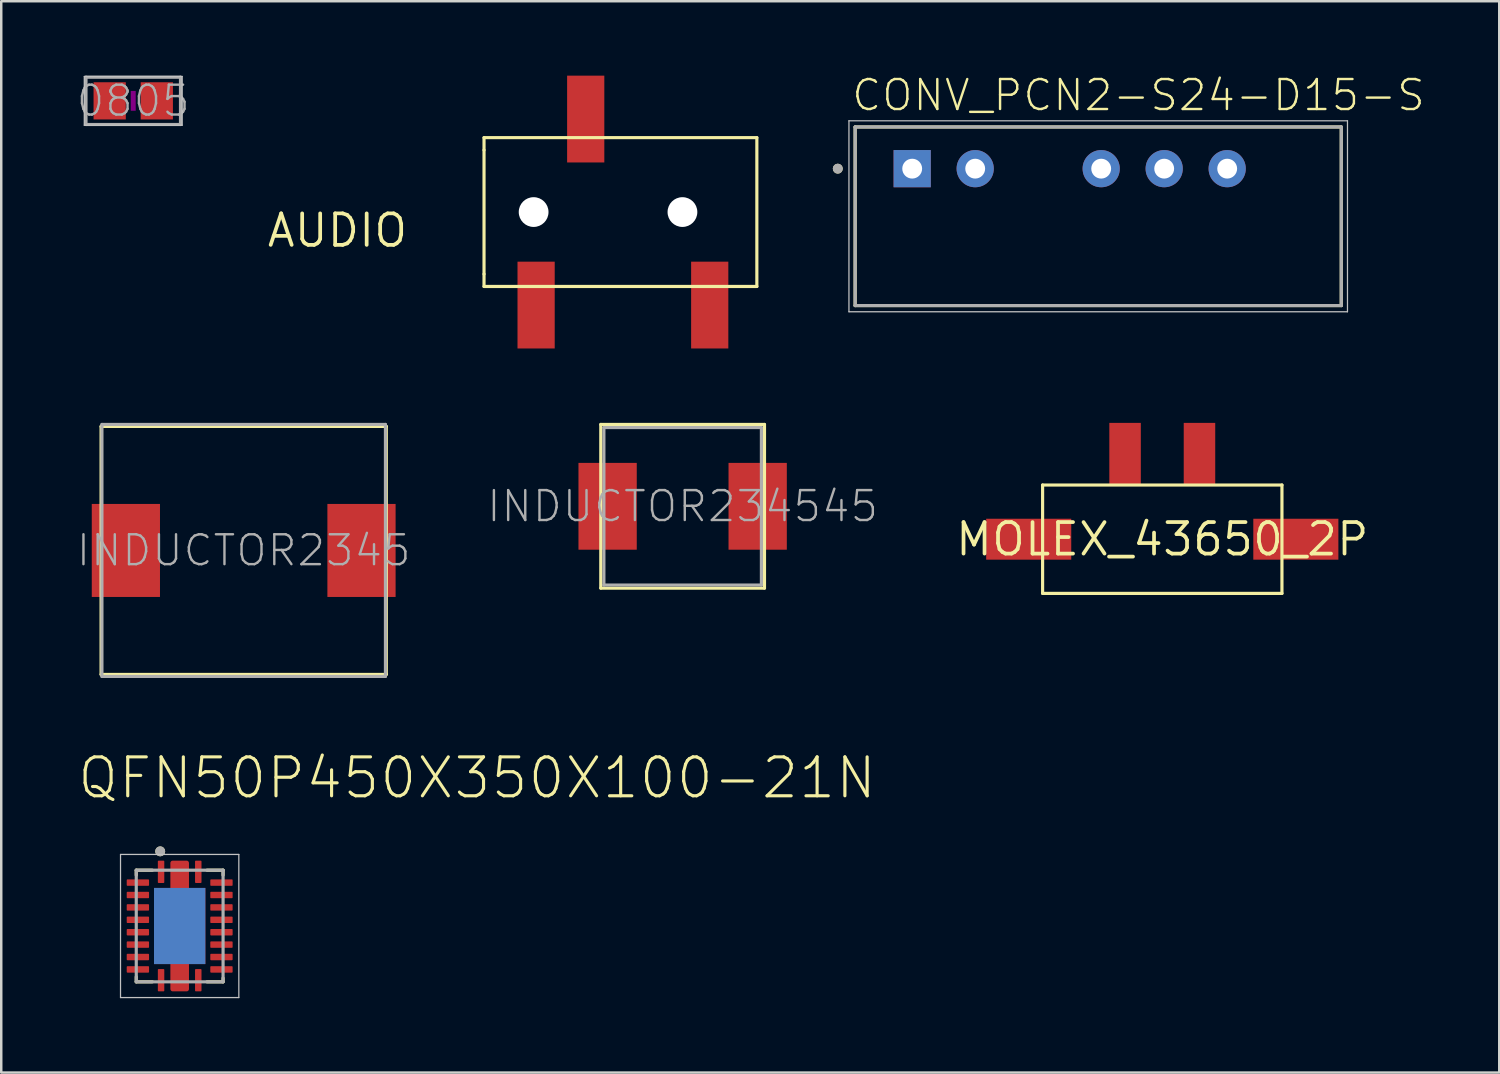
<source format=kicad_pcb>
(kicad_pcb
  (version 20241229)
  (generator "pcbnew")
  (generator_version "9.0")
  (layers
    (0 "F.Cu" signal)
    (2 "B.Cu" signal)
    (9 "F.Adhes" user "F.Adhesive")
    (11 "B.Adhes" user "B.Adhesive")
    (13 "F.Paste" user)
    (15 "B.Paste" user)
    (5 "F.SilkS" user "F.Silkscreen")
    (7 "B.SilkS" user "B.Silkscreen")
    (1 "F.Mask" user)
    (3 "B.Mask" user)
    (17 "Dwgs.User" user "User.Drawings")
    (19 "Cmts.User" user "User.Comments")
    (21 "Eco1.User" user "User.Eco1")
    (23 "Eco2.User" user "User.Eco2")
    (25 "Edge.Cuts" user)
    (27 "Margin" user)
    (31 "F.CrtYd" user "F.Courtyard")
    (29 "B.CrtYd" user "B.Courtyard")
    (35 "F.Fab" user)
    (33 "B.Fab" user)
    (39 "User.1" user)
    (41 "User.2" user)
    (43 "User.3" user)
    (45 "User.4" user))
  (footprint "INDUCTOR2345"
    (layer "F.Cu")
    (at 6.775 19.143)
    (property "Reference" "INDUCTOR2345" (at 0 0 180) (layer "F.Fab") (effects (font (size 1.206 1.206) (thickness 0.097))))
    (attr through_hole)
    (fp_line (start -5.75 -5) (end 5.75 -5) (stroke (width 0.127) (type solid)) (layer "F.SilkS"))
    (fp_line (start -5.75 5) (end -5.75 -5) (stroke (width 0.127) (type solid)) (layer "F.SilkS"))
    (fp_line (start 5.75 -5) (end 5.75 5) (stroke (width 0.127) (type solid)) (layer "F.SilkS"))
    (fp_line (start 5.75 5) (end -5.75 5) (stroke (width 0.127) (type solid)) (layer "F.SilkS"))
    (fp_line (start -5.715 -5.08) (end -5.715 5.08) (stroke (width 0.127) (type solid)) (layer "F.Fab"))
    (fp_line (start -5.715 5.08) (end 5.715 5.08) (stroke (width 0.127) (type solid)) (layer "F.Fab"))
    (fp_line (start 5.715 -5.08) (end -5.715 -5.08) (stroke (width 0.127) (type solid)) (layer "F.Fab"))
    (fp_line (start 5.715 5.08) (end 5.715 -5.08) (stroke (width 0.127) (type solid)) (layer "F.Fab"))
    (pad "P$1" smd rect (at -4.75 0 90) (size 3.75 2.75) (layers "F.Cu" "F.Mask" "F.Paste"))
    (pad "P$2" smd rect (at 4.75 0 90) (size 3.75 2.75) (layers "F.Cu" "F.Mask" "F.Paste")))
  (footprint "INDUCTOR234545"
    (layer "F.Cu")
    (at 24.473 17.363)
    (property "Reference" "INDUCTOR234545" (at 0 0 0) (layer "F.Fab") (effects (font (size 1.206 1.206) (thickness 0.097))))
    (attr through_hole)
    (fp_line (start -3.3 -3.3) (end 3.3 -3.3) (stroke (width 0.127) (type solid)) (layer "F.SilkS"))
    (fp_line (start -3.3 3.3) (end -3.3 -3.3) (stroke (width 0.127) (type solid)) (layer "F.SilkS"))
    (fp_line (start 3.3 -3.3) (end 3.3 3.3) (stroke (width 0.127) (type solid)) (layer "F.SilkS"))
    (fp_line (start 3.3 3.3) (end -3.3 3.3) (stroke (width 0.127) (type solid)) (layer "F.SilkS"))
    (fp_line (start -3.175 -3.175) (end -3.175 3.175) (stroke (width 0.127) (type solid)) (layer "F.Fab"))
    (fp_line (start -3.175 3.175) (end 3.175 3.175) (stroke (width 0.127) (type solid)) (layer "F.Fab"))
    (fp_line (start 3.175 -3.175) (end -3.175 -3.175) (stroke (width 0.127) (type solid)) (layer "F.Fab"))
    (fp_line (start 3.175 3.175) (end 3.175 -3.175) (stroke (width 0.127) (type solid)) (layer "F.Fab"))
    (pad "P$1" smd rect (at -3.025 0 90) (size 3.5 2.35) (layers "F.Cu" "F.Mask" "F.Paste"))
    (pad "P$2" smd rect (at 3.025 0 90) (size 3.5 2.35) (layers "F.Cu" "F.Mask" "F.Paste")))
  (footprint "QFN50P450X350X100-21N"
    (layer "F.Cu")
    (at 4.194 34.285)
    (property "Reference" "QFN50P450X350X100-21N" (at -4.194 -5.052 180) (layer "F.SilkS") (effects (font (size 1.569 1.569) (thickness 0.126)) (justify left bottom)))
    (attr through_hole)
    (fp_line (start -1.75 -2.25) (end -1.75 -2.05) (stroke (width 0.127) (type solid)) (layer "F.SilkS"))
    (fp_line (start -1.75 2.25) (end -1.75 2.05) (stroke (width 0.127) (type solid)) (layer "F.SilkS"))
    (fp_line (start -1.1 -2.25) (end -1.75 -2.25) (stroke (width 0.127) (type solid)) (layer "F.SilkS"))
    (fp_line (start -1.1 2.25) (end -1.75 2.25) (stroke (width 0.127) (type solid)) (layer "F.SilkS"))
    (fp_line (start 1.1 -2.25) (end 1.75 -2.25) (stroke (width 0.127) (type solid)) (layer "F.SilkS"))
    (fp_line (start 1.1 2.25) (end 1.75 2.25) (stroke (width 0.127) (type solid)) (layer "F.SilkS"))
    (fp_line (start 1.75 -2.25) (end 1.75 -2.05) (stroke (width 0.127) (type solid)) (layer "F.SilkS"))
    (fp_line (start 1.75 2.25) (end 1.75 2.1) (stroke (width 0.127) (type solid)) (layer "F.SilkS"))
    (fp_circle (center -0.785 -3.01) (end -0.685 -3.01) (stroke (width 0.2) (type solid)) (fill no) (layer "F.SilkS"))
    (fp_poly (pts (xy -0.673 0.998) (xy 0.517 0.998) (xy 0.517 -0.767) (xy -0.673 -0.767)) (stroke (width 0) (type solid)) (fill yes) (layer "F.Paste"))
    (fp_line (start -2.385 -2.885) (end 2.385 -2.885) (stroke (width 0.05) (type solid)) (layer "Dwgs.User"))
    (fp_line (start -2.385 2.885) (end -2.385 -2.885) (stroke (width 0.05) (type solid)) (layer "Dwgs.User"))
    (fp_line (start -2.385 2.885) (end 2.385 2.885) (stroke (width 0.05) (type solid)) (layer "Dwgs.User"))
    (fp_line (start 2.385 2.885) (end 2.385 -2.885) (stroke (width 0.05) (type solid)) (layer "Dwgs.User"))
    (fp_line (start -1.75 2.25) (end -1.75 -2.25) (stroke (width 0.127) (type solid)) (layer "F.Fab"))
    (fp_line (start 1.75 -2.25) (end -1.75 -2.25) (stroke (width 0.127) (type solid)) (layer "F.Fab"))
    (fp_line (start 1.75 2.25) (end -1.75 2.25) (stroke (width 0.127) (type solid)) (layer "F.Fab"))
    (fp_line (start 1.75 2.25) (end 1.75 -2.25) (stroke (width 0.127) (type solid)) (layer "F.Fab"))
    (fp_circle (center -0.785 -3.01) (end -0.685 -3.01) (stroke (width 0.2) (type solid)) (fill no) (layer "F.Fab"))
    (pad "1" smd roundrect (at -0.75 -2.185 270) (size 0.9 0.26) (layers "F.Cu" "F.Mask" "F.Paste") (roundrect_rratio 0.125))
    (pad "2" smd roundrect (at -1.685 -1.75) (size 0.9 0.26) (layers "F.Cu" "F.Mask" "F.Paste") (roundrect_rratio 0.125))
    (pad "3" smd roundrect (at -1.685 -1.25) (size 0.9 0.26) (layers "F.Cu" "F.Mask" "F.Paste") (roundrect_rratio 0.125))
    (pad "4" smd roundrect (at -1.685 -0.75) (size 0.9 0.26) (layers "F.Cu" "F.Mask" "F.Paste") (roundrect_rratio 0.125))
    (pad "5" smd roundrect (at -1.685 -0.25) (size 0.9 0.26) (layers "F.Cu" "F.Mask" "F.Paste") (roundrect_rratio 0.125))
    (pad "6" smd roundrect (at -1.685 0.25) (size 0.9 0.26) (layers "F.Cu" "F.Mask" "F.Paste") (roundrect_rratio 0.125))
    (pad "7" smd roundrect (at -1.685 0.75) (size 0.9 0.26) (layers "F.Cu" "F.Mask" "F.Paste") (roundrect_rratio 0.125))
    (pad "8" smd roundrect (at -1.685 1.25) (size 0.9 0.26) (layers "F.Cu" "F.Mask" "F.Paste") (roundrect_rratio 0.125))
    (pad "9" smd roundrect (at -1.685 1.75) (size 0.9 0.26) (layers "F.Cu" "F.Mask" "F.Paste") (roundrect_rratio 0.125))
    (pad "10" smd roundrect (at -0.75 2.185 90) (size 0.9 0.26) (layers "F.Cu" "F.Mask" "F.Paste") (roundrect_rratio 0.125))
    (pad "11" smd roundrect (at 0.75 2.185 270) (size 0.9 0.26) (layers "F.Cu" "F.Mask" "F.Paste") (roundrect_rratio 0.125))
    (pad "12" smd roundrect (at 1.685 1.75) (size 0.9 0.26) (layers "F.Cu" "F.Mask" "F.Paste") (roundrect_rratio 0.125))
    (pad "13" smd roundrect (at 1.685 1.25) (size 0.9 0.26) (layers "F.Cu" "F.Mask" "F.Paste") (roundrect_rratio 0.125))
    (pad "14" smd roundrect (at 1.685 0.75) (size 0.9 0.26) (layers "F.Cu" "F.Mask" "F.Paste") (roundrect_rratio 0.125))
    (pad "15" smd roundrect (at 1.685 0.25) (size 0.9 0.26) (layers "F.Cu" "F.Mask" "F.Paste") (roundrect_rratio 0.125))
    (pad "16" smd roundrect (at 1.685 -0.25) (size 0.9 0.26) (layers "F.Cu" "F.Mask" "F.Paste") (roundrect_rratio 0.125))
    (pad "17" smd roundrect (at 1.685 -0.75) (size 0.9 0.26) (layers "F.Cu" "F.Mask" "F.Paste") (roundrect_rratio 0.125))
    (pad "18" smd roundrect (at 1.685 -1.25) (size 0.9 0.26) (layers "F.Cu" "F.Mask" "F.Paste") (roundrect_rratio 0.125))
    (pad "19" smd roundrect (at 1.685 -1.75) (size 0.9 0.26) (layers "F.Cu" "F.Mask" "F.Paste") (roundrect_rratio 0.125))
    (pad "20" smd roundrect (at 0.75 -2.185 90) (size 0.9 0.26) (layers "F.Cu" "F.Mask" "F.Paste") (roundrect_rratio 0.125))
    (pad "21" smd rect (at 0 0) (size 2.07 3.07) (layers "F.Cu" "F.Mask"))
    (pad "22" smd roundrect (at 0 0 90) (size 5.27 0.75) (layers "F.Cu" "F.Mask" "F.Paste") (roundrect_rratio 0.125))
    (pad "23" smd rect (at 0 0) (size 2.07 3.07) (layers "B.Cu" "B.Mask")))
  (footprint "CONV_PCN2-S24-D15-S"
    (layer "F.Cu")
    (at 33.728 3.75)
    (property "Reference" "CONV_PCN2-S24-D15-S" (at -2.503 -2.253 0) (layer "F.SilkS") (effects (font (size 1.208 1.208) (thickness 0.097)) (justify left bottom)))
    (attr through_hole)
    (fp_line (start -2.3 -1.68) (end 17.3 -1.68) (stroke (width 0.127) (type solid)) (layer "F.SilkS"))
    (fp_line (start -2.3 5.52) (end -2.3 -1.68) (stroke (width 0.127) (type solid)) (layer "F.SilkS"))
    (fp_line (start 17.3 -1.68) (end 17.3 5.52) (stroke (width 0.127) (type solid)) (layer "F.SilkS"))
    (fp_line (start 17.3 5.52) (end -2.3 5.52) (stroke (width 0.127) (type solid)) (layer "F.SilkS"))
    (fp_circle (center -3 0) (end -2.9 0) (stroke (width 0.2) (type solid)) (fill no) (layer "F.SilkS"))
    (fp_line (start -2.55 -1.93) (end 17.55 -1.93) (stroke (width 0.05) (type solid)) (layer "Dwgs.User"))
    (fp_line (start -2.55 5.77) (end -2.55 -1.93) (stroke (width 0.05) (type solid)) (layer "Dwgs.User"))
    (fp_line (start 17.55 -1.93) (end 17.55 5.77) (stroke (width 0.05) (type solid)) (layer "Dwgs.User"))
    (fp_line (start 17.55 5.77) (end -2.55 5.77) (stroke (width 0.05) (type solid)) (layer "Dwgs.User"))
    (fp_line (start -2.3 -1.68) (end 17.3 -1.68) (stroke (width 0.127) (type solid)) (layer "F.Fab"))
    (fp_line (start -2.3 5.52) (end -2.3 -1.68) (stroke (width 0.127) (type solid)) (layer "F.Fab"))
    (fp_line (start 17.3 -1.68) (end 17.3 5.52) (stroke (width 0.127) (type solid)) (layer "F.Fab"))
    (fp_line (start 17.3 5.52) (end -2.3 5.52) (stroke (width 0.127) (type solid)) (layer "F.Fab"))
    (fp_circle (center -3 0) (end -2.9 0) (stroke (width 0.2) (type solid)) (fill no) (layer "F.Fab"))
    (pad "1" thru_hole rect (at 0 0) (size 1.5 1.5) (drill 0.8) (layers "*.Cu" "*.Mask"))
    (pad "2" thru_hole circle (at 2.54 0) (size 1.5 1.5) (drill 0.8) (layers "*.Cu" "*.Mask"))
    (pad "4" thru_hole circle (at 7.62 0) (size 1.5 1.5) (drill 0.8) (layers "*.Cu" "*.Mask"))
    (pad "5" thru_hole circle (at 10.16 0) (size 1.5 1.5) (drill 0.8) (layers "*.Cu" "*.Mask"))
    (pad "6" thru_hole circle (at 12.7 0) (size 1.5 1.5) (drill 0.8) (layers "*.Cu" "*.Mask")))
  (footprint "AUDIO"
    (layer "F.Cu")
    (at 13.465 5.5)
    (property "Reference" "AUDIO" (at 0 0 0) (layer "F.SilkS") (effects (font (size 1.27 1.27) (thickness 0.15)) (justify right top)))
    (attr through_hole)
    (fp_line (start 3 -3) (end 14 -3) (stroke (width 0.127) (type solid)) (layer "F.SilkS"))
    (fp_line (start 3 -2.5) (end 3 -3) (stroke (width 0.127) (type solid)) (layer "F.SilkS"))
    (fp_line (start 3 2.5) (end 3 -2.5) (stroke (width 0.127) (type solid)) (layer "F.SilkS"))
    (fp_line (start 3 3) (end 3 2.5) (stroke (width 0.127) (type solid)) (layer "F.SilkS"))
    (fp_line (start 14 -3) (end 14 3) (stroke (width 0.127) (type solid)) (layer "F.SilkS"))
    (fp_line (start 14 3) (end 3 3) (stroke (width 0.127) (type solid)) (layer "F.SilkS"))
    (pad "" np_thru_hole circle (at 5 0) (size 1.2 1.2) (drill 1.2) (layers "*.Cu" "*.Mask"))
    (pad "" np_thru_hole circle (at 11 0) (size 1.2 1.2) (drill 1.2) (layers "*.Cu" "*.Mask"))
    (pad "P$1" smd rect (at 5.1 3.75 90) (size 3.5 1.5) (layers "F.Cu" "F.Mask" "F.Paste"))
    (pad "P$2" smd rect (at 7.1 -3.75 90) (size 3.5 1.5) (layers "F.Cu" "F.Mask" "F.Paste"))
    (pad "P$3" smd rect (at 12.1 3.75 90) (size 3.5 1.5) (layers "F.Cu" "F.Mask" "F.Paste")))
  (footprint "0805"
    (layer "F.Cu")
    (at 2.322 1.016)
    (property "Reference" "0805" (at 0 0 180) (layer "F.Fab") (effects (font (size 1.206 1.206) (thickness 0.097))))
    (attr through_hole)
    (fp_poly (pts (xy -0.1 0.4) (xy 0.1 0.4) (xy 0.1 -0.4) (xy -0.1 -0.4)) (stroke (width 0) (type solid)) (fill yes) (layer "F.Adhes"))
    (fp_line (start -1.973 -0.983) (end 1.973 -0.983) (stroke (width 0.051) (type solid)) (layer "Dwgs.User"))
    (fp_line (start -1.973 0.983) (end -1.973 -0.983) (stroke (width 0.051) (type solid)) (layer "Dwgs.User"))
    (fp_line (start 1.973 -0.983) (end 1.973 0.983) (stroke (width 0.051) (type solid)) (layer "Dwgs.User"))
    (fp_line (start 1.973 0.983) (end -1.973 0.983) (stroke (width 0.051) (type solid)) (layer "Dwgs.User"))
    (fp_line (start -1.905 -0.953) (end -1.905 0.953) (stroke (width 0.127) (type solid)) (layer "F.Fab"))
    (fp_line (start -1.905 0.953) (end 1.905 0.953) (stroke (width 0.127) (type solid)) (layer "F.Fab"))
    (fp_line (start 1.905 -0.953) (end -1.905 -0.953) (stroke (width 0.127) (type solid)) (layer "F.Fab"))
    (fp_line (start 1.905 0.953) (end 1.905 -0.953) (stroke (width 0.127) (type solid)) (layer "F.Fab"))
    (pad "1" smd rect (at -0.95 0) (size 1.3 1.5) (layers "F.Cu" "F.Mask" "F.Paste"))
    (pad "2" smd rect (at 0.95 0) (size 1.3 1.5) (layers "F.Cu" "F.Mask" "F.Paste")))
  (footprint "MOLEX_43650_2P"
    (layer "F.Cu")
    (at 43.811 18.69)
    (property "Reference" "MOLEX_43650_2P" (at 0 0 0) (layer "F.SilkS") (effects (font (size 1.27 1.27) (thickness 0.15))))
    (attr through_hole)
    (fp_line (start -4.825 -2.185) (end 4.825 -2.185) (stroke (width 0.127) (type solid)) (layer "F.SilkS"))
    (fp_line (start -4.825 2.185) (end -4.825 -2.185) (stroke (width 0.127) (type solid)) (layer "F.SilkS"))
    (fp_line (start 4.825 -2.185) (end 4.825 2.185) (stroke (width 0.127) (type solid)) (layer "F.SilkS"))
    (fp_line (start 4.825 2.185) (end -4.825 2.185) (stroke (width 0.127) (type solid)) (layer "F.SilkS"))
    (pad "1" smd rect (at -1.5 -3.42 90) (size 2.54 1.27) (layers "F.Cu" "F.Mask" "F.Paste"))
    (pad "2" smd rect (at 1.5 -3.42 90) (size 2.54 1.27) (layers "F.Cu" "F.Mask" "F.Paste"))
    (pad "P$2" smd rect (at -5.385 0 180) (size 3.43 1.65) (layers "F.Cu" "F.Mask" "F.Paste"))
    (pad "P$5" smd rect (at 5.385 0) (size 3.43 1.65) (layers "F.Cu" "F.Mask" "F.Paste")))
  (gr_rect
    (start -3 -3)
    (end 57.397 40.195)
    (stroke (width 0.1) (type default))
    (fill no)
    (layer "Edge.Cuts")))
</source>
